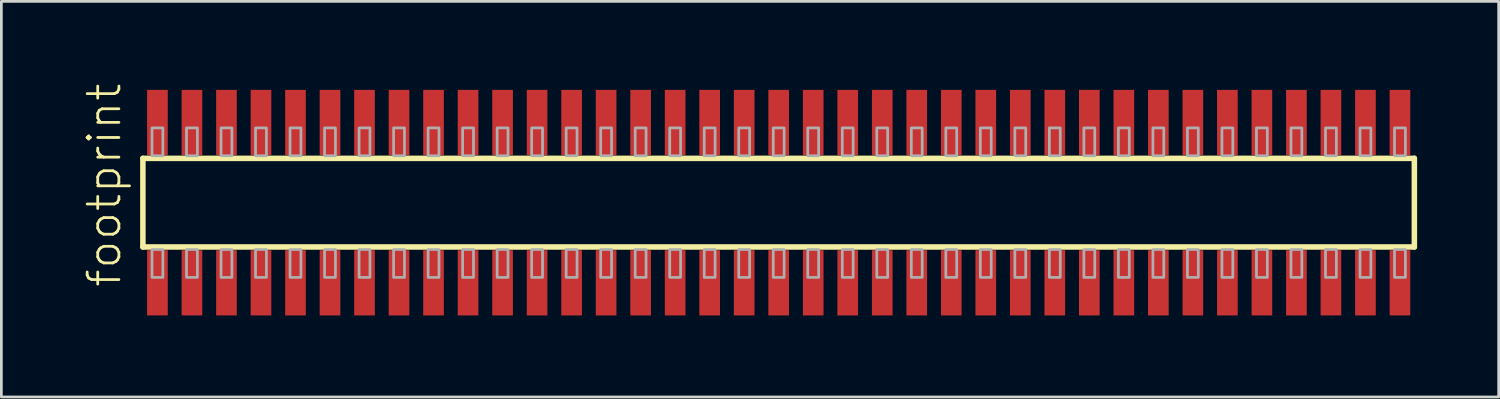
<source format=kicad_pcb>
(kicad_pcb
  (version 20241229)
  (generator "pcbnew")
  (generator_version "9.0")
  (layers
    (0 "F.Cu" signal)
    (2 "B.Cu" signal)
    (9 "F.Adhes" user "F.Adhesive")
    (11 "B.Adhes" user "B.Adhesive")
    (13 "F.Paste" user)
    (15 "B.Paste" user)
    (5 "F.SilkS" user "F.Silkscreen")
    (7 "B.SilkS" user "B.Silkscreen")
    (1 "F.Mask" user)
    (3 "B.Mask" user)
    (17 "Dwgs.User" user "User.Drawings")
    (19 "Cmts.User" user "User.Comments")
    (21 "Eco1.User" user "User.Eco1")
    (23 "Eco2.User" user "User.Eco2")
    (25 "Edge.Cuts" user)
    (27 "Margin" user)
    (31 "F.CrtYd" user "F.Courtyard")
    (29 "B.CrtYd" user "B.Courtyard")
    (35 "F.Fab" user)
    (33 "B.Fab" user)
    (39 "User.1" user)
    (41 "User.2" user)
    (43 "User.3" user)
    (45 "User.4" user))
  (footprint "footprint"
    (layer "F.Cu")
    (at 25.603 4.407)
    (property "Reference" "footprint" (at -24.13 3.175 90) (layer "F.SilkS") (effects (font (size 1.168 1.168) (thickness 0.102)) (justify left bottom)))
    (fp_line (start -23.395 -1.63) (end 23.39 -1.63) (stroke (width 0.203) (type solid)) (layer "F.SilkS"))
    (fp_line (start -23.395 1.63) (end -23.395 -1.63) (stroke (width 0.203) (type solid)) (layer "F.SilkS"))
    (fp_line (start 23.39 -1.63) (end 23.39 1.63) (stroke (width 0.203) (type solid)) (layer "F.SilkS"))
    (fp_line (start 23.39 1.63) (end -23.395 1.63) (stroke (width 0.203) (type solid)) (layer "F.SilkS"))
    (fp_poly (pts (xy -23.06 -1.725) (xy -22.66 -1.725) (xy -22.66 -2.75) (xy -23.06 -2.75)) (stroke (width 0.1) (type solid)) (fill no) (layer "F.Fab"))
    (fp_poly (pts (xy -22.66 1.725) (xy -23.06 1.725) (xy -23.06 2.75) (xy -22.66 2.75)) (stroke (width 0.1) (type solid)) (fill no) (layer "F.Fab"))
    (fp_poly (pts (xy -21.79 -1.725) (xy -21.39 -1.725) (xy -21.39 -2.75) (xy -21.79 -2.75)) (stroke (width 0.1) (type solid)) (fill no) (layer "F.Fab"))
    (fp_poly (pts (xy -21.39 1.725) (xy -21.79 1.725) (xy -21.79 2.75) (xy -21.39 2.75)) (stroke (width 0.1) (type solid)) (fill no) (layer "F.Fab"))
    (fp_poly (pts (xy -20.52 -1.725) (xy -20.12 -1.725) (xy -20.12 -2.75) (xy -20.52 -2.75)) (stroke (width 0.1) (type solid)) (fill no) (layer "F.Fab"))
    (fp_poly (pts (xy -20.12 1.725) (xy -20.52 1.725) (xy -20.52 2.75) (xy -20.12 2.75)) (stroke (width 0.1) (type solid)) (fill no) (layer "F.Fab"))
    (fp_poly (pts (xy -19.25 -1.725) (xy -18.85 -1.725) (xy -18.85 -2.75) (xy -19.25 -2.75)) (stroke (width 0.1) (type solid)) (fill no) (layer "F.Fab"))
    (fp_poly (pts (xy -18.85 1.725) (xy -19.25 1.725) (xy -19.25 2.75) (xy -18.85 2.75)) (stroke (width 0.1) (type solid)) (fill no) (layer "F.Fab"))
    (fp_poly (pts (xy -17.98 -1.725) (xy -17.58 -1.725) (xy -17.58 -2.75) (xy -17.98 -2.75)) (stroke (width 0.1) (type solid)) (fill no) (layer "F.Fab"))
    (fp_poly (pts (xy -17.58 1.725) (xy -17.98 1.725) (xy -17.98 2.75) (xy -17.58 2.75)) (stroke (width 0.1) (type solid)) (fill no) (layer "F.Fab"))
    (fp_poly (pts (xy -16.71 -1.725) (xy -16.31 -1.725) (xy -16.31 -2.75) (xy -16.71 -2.75)) (stroke (width 0.1) (type solid)) (fill no) (layer "F.Fab"))
    (fp_poly (pts (xy -16.31 1.725) (xy -16.71 1.725) (xy -16.71 2.75) (xy -16.31 2.75)) (stroke (width 0.1) (type solid)) (fill no) (layer "F.Fab"))
    (fp_poly (pts (xy -15.44 -1.725) (xy -15.04 -1.725) (xy -15.04 -2.75) (xy -15.44 -2.75)) (stroke (width 0.1) (type solid)) (fill no) (layer "F.Fab"))
    (fp_poly (pts (xy -15.04 1.725) (xy -15.44 1.725) (xy -15.44 2.75) (xy -15.04 2.75)) (stroke (width 0.1) (type solid)) (fill no) (layer "F.Fab"))
    (fp_poly (pts (xy -14.17 -1.725) (xy -13.77 -1.725) (xy -13.77 -2.75) (xy -14.17 -2.75)) (stroke (width 0.1) (type solid)) (fill no) (layer "F.Fab"))
    (fp_poly (pts (xy -13.77 1.725) (xy -14.17 1.725) (xy -14.17 2.75) (xy -13.77 2.75)) (stroke (width 0.1) (type solid)) (fill no) (layer "F.Fab"))
    (fp_poly (pts (xy -12.9 -1.725) (xy -12.5 -1.725) (xy -12.5 -2.75) (xy -12.9 -2.75)) (stroke (width 0.1) (type solid)) (fill no) (layer "F.Fab"))
    (fp_poly (pts (xy -12.5 1.725) (xy -12.9 1.725) (xy -12.9 2.75) (xy -12.5 2.75)) (stroke (width 0.1) (type solid)) (fill no) (layer "F.Fab"))
    (fp_poly (pts (xy -11.63 -1.725) (xy -11.23 -1.725) (xy -11.23 -2.75) (xy -11.63 -2.75)) (stroke (width 0.1) (type solid)) (fill no) (layer "F.Fab"))
    (fp_poly (pts (xy -11.23 1.725) (xy -11.63 1.725) (xy -11.63 2.75) (xy -11.23 2.75)) (stroke (width 0.1) (type solid)) (fill no) (layer "F.Fab"))
    (fp_poly (pts (xy -10.36 -1.725) (xy -9.96 -1.725) (xy -9.96 -2.75) (xy -10.36 -2.75)) (stroke (width 0.1) (type solid)) (fill no) (layer "F.Fab"))
    (fp_poly (pts (xy -9.96 1.725) (xy -10.36 1.725) (xy -10.36 2.75) (xy -9.96 2.75)) (stroke (width 0.1) (type solid)) (fill no) (layer "F.Fab"))
    (fp_poly (pts (xy -9.09 -1.725) (xy -8.69 -1.725) (xy -8.69 -2.75) (xy -9.09 -2.75)) (stroke (width 0.1) (type solid)) (fill no) (layer "F.Fab"))
    (fp_poly (pts (xy -8.69 1.725) (xy -9.09 1.725) (xy -9.09 2.75) (xy -8.69 2.75)) (stroke (width 0.1) (type solid)) (fill no) (layer "F.Fab"))
    (fp_poly (pts (xy -7.82 -1.725) (xy -7.42 -1.725) (xy -7.42 -2.75) (xy -7.82 -2.75)) (stroke (width 0.1) (type solid)) (fill no) (layer "F.Fab"))
    (fp_poly (pts (xy -7.42 1.725) (xy -7.82 1.725) (xy -7.82 2.75) (xy -7.42 2.75)) (stroke (width 0.1) (type solid)) (fill no) (layer "F.Fab"))
    (fp_poly (pts (xy -6.55 -1.725) (xy -6.15 -1.725) (xy -6.15 -2.75) (xy -6.55 -2.75)) (stroke (width 0.1) (type solid)) (fill no) (layer "F.Fab"))
    (fp_poly (pts (xy -6.15 1.725) (xy -6.55 1.725) (xy -6.55 2.75) (xy -6.15 2.75)) (stroke (width 0.1) (type solid)) (fill no) (layer "F.Fab"))
    (fp_poly (pts (xy -5.28 -1.725) (xy -4.88 -1.725) (xy -4.88 -2.75) (xy -5.28 -2.75)) (stroke (width 0.1) (type solid)) (fill no) (layer "F.Fab"))
    (fp_poly (pts (xy -4.88 1.725) (xy -5.28 1.725) (xy -5.28 2.75) (xy -4.88 2.75)) (stroke (width 0.1) (type solid)) (fill no) (layer "F.Fab"))
    (fp_poly (pts (xy -4.01 -1.725) (xy -3.61 -1.725) (xy -3.61 -2.75) (xy -4.01 -2.75)) (stroke (width 0.1) (type solid)) (fill no) (layer "F.Fab"))
    (fp_poly (pts (xy -3.61 1.725) (xy -4.01 1.725) (xy -4.01 2.75) (xy -3.61 2.75)) (stroke (width 0.1) (type solid)) (fill no) (layer "F.Fab"))
    (fp_poly (pts (xy -2.74 -1.725) (xy -2.34 -1.725) (xy -2.34 -2.75) (xy -2.74 -2.75)) (stroke (width 0.1) (type solid)) (fill no) (layer "F.Fab"))
    (fp_poly (pts (xy -2.34 1.725) (xy -2.74 1.725) (xy -2.74 2.75) (xy -2.34 2.75)) (stroke (width 0.1) (type solid)) (fill no) (layer "F.Fab"))
    (fp_poly (pts (xy -1.47 -1.725) (xy -1.07 -1.725) (xy -1.07 -2.75) (xy -1.47 -2.75)) (stroke (width 0.1) (type solid)) (fill no) (layer "F.Fab"))
    (fp_poly (pts (xy -1.07 1.725) (xy -1.47 1.725) (xy -1.47 2.75) (xy -1.07 2.75)) (stroke (width 0.1) (type solid)) (fill no) (layer "F.Fab"))
    (fp_poly (pts (xy -0.2 -1.725) (xy 0.2 -1.725) (xy 0.2 -2.75) (xy -0.2 -2.75)) (stroke (width 0.1) (type solid)) (fill no) (layer "F.Fab"))
    (fp_poly (pts (xy 0.2 1.725) (xy -0.2 1.725) (xy -0.2 2.75) (xy 0.2 2.75)) (stroke (width 0.1) (type solid)) (fill no) (layer "F.Fab"))
    (fp_poly (pts (xy 1.07 -1.725) (xy 1.47 -1.725) (xy 1.47 -2.75) (xy 1.07 -2.75)) (stroke (width 0.1) (type solid)) (fill no) (layer "F.Fab"))
    (fp_poly (pts (xy 1.47 1.725) (xy 1.07 1.725) (xy 1.07 2.75) (xy 1.47 2.75)) (stroke (width 0.1) (type solid)) (fill no) (layer "F.Fab"))
    (fp_poly (pts (xy 2.34 -1.725) (xy 2.74 -1.725) (xy 2.74 -2.75) (xy 2.34 -2.75)) (stroke (width 0.1) (type solid)) (fill no) (layer "F.Fab"))
    (fp_poly (pts (xy 2.74 1.725) (xy 2.34 1.725) (xy 2.34 2.75) (xy 2.74 2.75)) (stroke (width 0.1) (type solid)) (fill no) (layer "F.Fab"))
    (fp_poly (pts (xy 3.61 -1.725) (xy 4.01 -1.725) (xy 4.01 -2.75) (xy 3.61 -2.75)) (stroke (width 0.1) (type solid)) (fill no) (layer "F.Fab"))
    (fp_poly (pts (xy 4.01 1.725) (xy 3.61 1.725) (xy 3.61 2.75) (xy 4.01 2.75)) (stroke (width 0.1) (type solid)) (fill no) (layer "F.Fab"))
    (fp_poly (pts (xy 4.88 -1.725) (xy 5.28 -1.725) (xy 5.28 -2.75) (xy 4.88 -2.75)) (stroke (width 0.1) (type solid)) (fill no) (layer "F.Fab"))
    (fp_poly (pts (xy 5.28 1.725) (xy 4.88 1.725) (xy 4.88 2.75) (xy 5.28 2.75)) (stroke (width 0.1) (type solid)) (fill no) (layer "F.Fab"))
    (fp_poly (pts (xy 6.15 -1.725) (xy 6.55 -1.725) (xy 6.55 -2.75) (xy 6.15 -2.75)) (stroke (width 0.1) (type solid)) (fill no) (layer "F.Fab"))
    (fp_poly (pts (xy 6.55 1.725) (xy 6.15 1.725) (xy 6.15 2.75) (xy 6.55 2.75)) (stroke (width 0.1) (type solid)) (fill no) (layer "F.Fab"))
    (fp_poly (pts (xy 7.42 -1.725) (xy 7.82 -1.725) (xy 7.82 -2.75) (xy 7.42 -2.75)) (stroke (width 0.1) (type solid)) (fill no) (layer "F.Fab"))
    (fp_poly (pts (xy 7.82 1.725) (xy 7.42 1.725) (xy 7.42 2.75) (xy 7.82 2.75)) (stroke (width 0.1) (type solid)) (fill no) (layer "F.Fab"))
    (fp_poly (pts (xy 8.69 -1.725) (xy 9.09 -1.725) (xy 9.09 -2.75) (xy 8.69 -2.75)) (stroke (width 0.1) (type solid)) (fill no) (layer "F.Fab"))
    (fp_poly (pts (xy 9.09 1.725) (xy 8.69 1.725) (xy 8.69 2.75) (xy 9.09 2.75)) (stroke (width 0.1) (type solid)) (fill no) (layer "F.Fab"))
    (fp_poly (pts (xy 9.96 -1.725) (xy 10.36 -1.725) (xy 10.36 -2.75) (xy 9.96 -2.75)) (stroke (width 0.1) (type solid)) (fill no) (layer "F.Fab"))
    (fp_poly (pts (xy 10.36 1.725) (xy 9.96 1.725) (xy 9.96 2.75) (xy 10.36 2.75)) (stroke (width 0.1) (type solid)) (fill no) (layer "F.Fab"))
    (fp_poly (pts (xy 11.23 -1.725) (xy 11.63 -1.725) (xy 11.63 -2.75) (xy 11.23 -2.75)) (stroke (width 0.1) (type solid)) (fill no) (layer "F.Fab"))
    (fp_poly (pts (xy 11.63 1.725) (xy 11.23 1.725) (xy 11.23 2.75) (xy 11.63 2.75)) (stroke (width 0.1) (type solid)) (fill no) (layer "F.Fab"))
    (fp_poly (pts (xy 12.5 -1.725) (xy 12.9 -1.725) (xy 12.9 -2.75) (xy 12.5 -2.75)) (stroke (width 0.1) (type solid)) (fill no) (layer "F.Fab"))
    (fp_poly (pts (xy 12.9 1.725) (xy 12.5 1.725) (xy 12.5 2.75) (xy 12.9 2.75)) (stroke (width 0.1) (type solid)) (fill no) (layer "F.Fab"))
    (fp_poly (pts (xy 13.77 -1.725) (xy 14.17 -1.725) (xy 14.17 -2.75) (xy 13.77 -2.75)) (stroke (width 0.1) (type solid)) (fill no) (layer "F.Fab"))
    (fp_poly (pts (xy 14.17 1.725) (xy 13.77 1.725) (xy 13.77 2.75) (xy 14.17 2.75)) (stroke (width 0.1) (type solid)) (fill no) (layer "F.Fab"))
    (fp_poly (pts (xy 15.04 -1.725) (xy 15.44 -1.725) (xy 15.44 -2.75) (xy 15.04 -2.75)) (stroke (width 0.1) (type solid)) (fill no) (layer "F.Fab"))
    (fp_poly (pts (xy 15.44 1.725) (xy 15.04 1.725) (xy 15.04 2.75) (xy 15.44 2.75)) (stroke (width 0.1) (type solid)) (fill no) (layer "F.Fab"))
    (fp_poly (pts (xy 16.31 -1.725) (xy 16.71 -1.725) (xy 16.71 -2.75) (xy 16.31 -2.75)) (stroke (width 0.1) (type solid)) (fill no) (layer "F.Fab"))
    (fp_poly (pts (xy 16.71 1.725) (xy 16.31 1.725) (xy 16.31 2.75) (xy 16.71 2.75)) (stroke (width 0.1) (type solid)) (fill no) (layer "F.Fab"))
    (fp_poly (pts (xy 17.58 -1.725) (xy 17.98 -1.725) (xy 17.98 -2.75) (xy 17.58 -2.75)) (stroke (width 0.1) (type solid)) (fill no) (layer "F.Fab"))
    (fp_poly (pts (xy 17.98 1.725) (xy 17.58 1.725) (xy 17.58 2.75) (xy 17.98 2.75)) (stroke (width 0.1) (type solid)) (fill no) (layer "F.Fab"))
    (fp_poly (pts (xy 18.85 -1.725) (xy 19.25 -1.725) (xy 19.25 -2.75) (xy 18.85 -2.75)) (stroke (width 0.1) (type solid)) (fill no) (layer "F.Fab"))
    (fp_poly (pts (xy 19.25 1.725) (xy 18.85 1.725) (xy 18.85 2.75) (xy 19.25 2.75)) (stroke (width 0.1) (type solid)) (fill no) (layer "F.Fab"))
    (fp_poly (pts (xy 20.12 -1.725) (xy 20.52 -1.725) (xy 20.52 -2.75) (xy 20.12 -2.75)) (stroke (width 0.1) (type solid)) (fill no) (layer "F.Fab"))
    (fp_poly (pts (xy 20.52 1.725) (xy 20.12 1.725) (xy 20.12 2.75) (xy 20.52 2.75)) (stroke (width 0.1) (type solid)) (fill no) (layer "F.Fab"))
    (fp_poly (pts (xy 21.39 -1.725) (xy 21.79 -1.725) (xy 21.79 -2.75) (xy 21.39 -2.75)) (stroke (width 0.1) (type solid)) (fill no) (layer "F.Fab"))
    (fp_poly (pts (xy 21.79 1.725) (xy 21.39 1.725) (xy 21.39 2.75) (xy 21.79 2.75)) (stroke (width 0.1) (type solid)) (fill no) (layer "F.Fab"))
    (fp_poly (pts (xy 22.66 -1.725) (xy 23.06 -1.725) (xy 23.06 -2.75) (xy 22.66 -2.75)) (stroke (width 0.1) (type solid)) (fill no) (layer "F.Fab"))
    (fp_poly (pts (xy 23.06 1.725) (xy 22.66 1.725) (xy 22.66 2.75) (xy 23.06 2.75)) (stroke (width 0.1) (type solid)) (fill no) (layer "F.Fab"))
    (pad "1" smd rect (at -22.86 2.95) (size 0.76 2.4) (layers "F.Cu" "F.Mask" "F.Paste"))
    (pad "2" smd rect (at -22.86 -2.95) (size 0.76 2.4) (layers "F.Cu" "F.Mask" "F.Paste"))
    (pad "3" smd rect (at -21.59 2.95) (size 0.76 2.4) (layers "F.Cu" "F.Mask" "F.Paste"))
    (pad "4" smd rect (at -21.59 -2.95) (size 0.76 2.4) (layers "F.Cu" "F.Mask" "F.Paste"))
    (pad "5" smd rect (at -20.32 2.95) (size 0.76 2.4) (layers "F.Cu" "F.Mask" "F.Paste"))
    (pad "6" smd rect (at -20.32 -2.95) (size 0.76 2.4) (layers "F.Cu" "F.Mask" "F.Paste"))
    (pad "7" smd rect (at -19.05 2.95) (size 0.76 2.4) (layers "F.Cu" "F.Mask" "F.Paste"))
    (pad "8" smd rect (at -19.05 -2.95) (size 0.76 2.4) (layers "F.Cu" "F.Mask" "F.Paste"))
    (pad "9" smd rect (at -17.78 2.95) (size 0.76 2.4) (layers "F.Cu" "F.Mask" "F.Paste"))
    (pad "10" smd rect (at -17.78 -2.95) (size 0.76 2.4) (layers "F.Cu" "F.Mask" "F.Paste"))
    (pad "11" smd rect (at -16.51 2.95) (size 0.76 2.4) (layers "F.Cu" "F.Mask" "F.Paste"))
    (pad "12" smd rect (at -16.51 -2.95) (size 0.76 2.4) (layers "F.Cu" "F.Mask" "F.Paste"))
    (pad "13" smd rect (at -15.24 2.95) (size 0.76 2.4) (layers "F.Cu" "F.Mask" "F.Paste"))
    (pad "14" smd rect (at -15.24 -2.95) (size 0.76 2.4) (layers "F.Cu" "F.Mask" "F.Paste"))
    (pad "15" smd rect (at -13.97 2.95) (size 0.76 2.4) (layers "F.Cu" "F.Mask" "F.Paste"))
    (pad "16" smd rect (at -13.97 -2.95) (size 0.76 2.4) (layers "F.Cu" "F.Mask" "F.Paste"))
    (pad "17" smd rect (at -12.7 2.95) (size 0.76 2.4) (layers "F.Cu" "F.Mask" "F.Paste"))
    (pad "18" smd rect (at -12.7 -2.95) (size 0.76 2.4) (layers "F.Cu" "F.Mask" "F.Paste"))
    (pad "19" smd rect (at -11.43 2.95) (size 0.76 2.4) (layers "F.Cu" "F.Mask" "F.Paste"))
    (pad "20" smd rect (at -11.43 -2.95) (size 0.76 2.4) (layers "F.Cu" "F.Mask" "F.Paste"))
    (pad "21" smd rect (at -10.16 2.95) (size 0.76 2.4) (layers "F.Cu" "F.Mask" "F.Paste"))
    (pad "22" smd rect (at -10.16 -2.95) (size 0.76 2.4) (layers "F.Cu" "F.Mask" "F.Paste"))
    (pad "23" smd rect (at -8.89 2.95) (size 0.76 2.4) (layers "F.Cu" "F.Mask" "F.Paste"))
    (pad "24" smd rect (at -8.89 -2.95) (size 0.76 2.4) (layers "F.Cu" "F.Mask" "F.Paste"))
    (pad "25" smd rect (at -7.62 2.95) (size 0.76 2.4) (layers "F.Cu" "F.Mask" "F.Paste"))
    (pad "26" smd rect (at -7.62 -2.95) (size 0.76 2.4) (layers "F.Cu" "F.Mask" "F.Paste"))
    (pad "27" smd rect (at -6.35 2.95) (size 0.76 2.4) (layers "F.Cu" "F.Mask" "F.Paste"))
    (pad "28" smd rect (at -6.35 -2.95) (size 0.76 2.4) (layers "F.Cu" "F.Mask" "F.Paste"))
    (pad "29" smd rect (at -5.08 2.95) (size 0.76 2.4) (layers "F.Cu" "F.Mask" "F.Paste"))
    (pad "30" smd rect (at -5.08 -2.95) (size 0.76 2.4) (layers "F.Cu" "F.Mask" "F.Paste"))
    (pad "31" smd rect (at -3.81 2.95) (size 0.76 2.4) (layers "F.Cu" "F.Mask" "F.Paste"))
    (pad "32" smd rect (at -3.81 -2.95) (size 0.76 2.4) (layers "F.Cu" "F.Mask" "F.Paste"))
    (pad "33" smd rect (at -2.54 2.95) (size 0.76 2.4) (layers "F.Cu" "F.Mask" "F.Paste"))
    (pad "34" smd rect (at -2.54 -2.95) (size 0.76 2.4) (layers "F.Cu" "F.Mask" "F.Paste"))
    (pad "35" smd rect (at -1.27 2.95) (size 0.76 2.4) (layers "F.Cu" "F.Mask" "F.Paste"))
    (pad "36" smd rect (at -1.27 -2.95) (size 0.76 2.4) (layers "F.Cu" "F.Mask" "F.Paste"))
    (pad "37" smd rect (at 0 2.95) (size 0.76 2.4) (layers "F.Cu" "F.Mask" "F.Paste"))
    (pad "38" smd rect (at 0 -2.95) (size 0.76 2.4) (layers "F.Cu" "F.Mask" "F.Paste"))
    (pad "39" smd rect (at 1.27 2.95) (size 0.76 2.4) (layers "F.Cu" "F.Mask" "F.Paste"))
    (pad "40" smd rect (at 1.27 -2.95) (size 0.76 2.4) (layers "F.Cu" "F.Mask" "F.Paste"))
    (pad "41" smd rect (at 2.54 2.95) (size 0.76 2.4) (layers "F.Cu" "F.Mask" "F.Paste"))
    (pad "42" smd rect (at 2.54 -2.95) (size 0.76 2.4) (layers "F.Cu" "F.Mask" "F.Paste"))
    (pad "43" smd rect (at 3.81 2.95) (size 0.76 2.4) (layers "F.Cu" "F.Mask" "F.Paste"))
    (pad "44" smd rect (at 3.81 -2.95) (size 0.76 2.4) (layers "F.Cu" "F.Mask" "F.Paste"))
    (pad "45" smd rect (at 5.08 2.95) (size 0.76 2.4) (layers "F.Cu" "F.Mask" "F.Paste"))
    (pad "46" smd rect (at 5.08 -2.95) (size 0.76 2.4) (layers "F.Cu" "F.Mask" "F.Paste"))
    (pad "47" smd rect (at 6.35 2.95) (size 0.76 2.4) (layers "F.Cu" "F.Mask" "F.Paste"))
    (pad "48" smd rect (at 6.35 -2.95) (size 0.76 2.4) (layers "F.Cu" "F.Mask" "F.Paste"))
    (pad "49" smd rect (at 7.62 2.95) (size 0.76 2.4) (layers "F.Cu" "F.Mask" "F.Paste"))
    (pad "50" smd rect (at 7.62 -2.95) (size 0.76 2.4) (layers "F.Cu" "F.Mask" "F.Paste"))
    (pad "51" smd rect (at 8.89 2.95) (size 0.76 2.4) (layers "F.Cu" "F.Mask" "F.Paste"))
    (pad "52" smd rect (at 8.89 -2.95) (size 0.76 2.4) (layers "F.Cu" "F.Mask" "F.Paste"))
    (pad "53" smd rect (at 10.16 2.95) (size 0.76 2.4) (layers "F.Cu" "F.Mask" "F.Paste"))
    (pad "54" smd rect (at 10.16 -2.95) (size 0.76 2.4) (layers "F.Cu" "F.Mask" "F.Paste"))
    (pad "55" smd rect (at 11.43 2.95) (size 0.76 2.4) (layers "F.Cu" "F.Mask" "F.Paste"))
    (pad "56" smd rect (at 11.43 -2.95) (size 0.76 2.4) (layers "F.Cu" "F.Mask" "F.Paste"))
    (pad "57" smd rect (at 12.7 2.95) (size 0.76 2.4) (layers "F.Cu" "F.Mask" "F.Paste"))
    (pad "58" smd rect (at 12.7 -2.95) (size 0.76 2.4) (layers "F.Cu" "F.Mask" "F.Paste"))
    (pad "59" smd rect (at 13.97 2.95) (size 0.76 2.4) (layers "F.Cu" "F.Mask" "F.Paste"))
    (pad "60" smd rect (at 13.97 -2.95) (size 0.76 2.4) (layers "F.Cu" "F.Mask" "F.Paste"))
    (pad "61" smd rect (at 15.24 2.95) (size 0.76 2.4) (layers "F.Cu" "F.Mask" "F.Paste"))
    (pad "62" smd rect (at 15.24 -2.95) (size 0.76 2.4) (layers "F.Cu" "F.Mask" "F.Paste"))
    (pad "63" smd rect (at 16.51 2.95) (size 0.76 2.4) (layers "F.Cu" "F.Mask" "F.Paste"))
    (pad "64" smd rect (at 16.51 -2.95) (size 0.76 2.4) (layers "F.Cu" "F.Mask" "F.Paste"))
    (pad "65" smd rect (at 17.78 2.95) (size 0.76 2.4) (layers "F.Cu" "F.Mask" "F.Paste"))
    (pad "66" smd rect (at 17.78 -2.95) (size 0.76 2.4) (layers "F.Cu" "F.Mask" "F.Paste"))
    (pad "67" smd rect (at 19.05 2.95) (size 0.76 2.4) (layers "F.Cu" "F.Mask" "F.Paste"))
    (pad "68" smd rect (at 19.05 -2.95) (size 0.76 2.4) (layers "F.Cu" "F.Mask" "F.Paste"))
    (pad "69" smd rect (at 20.32 2.95) (size 0.76 2.4) (layers "F.Cu" "F.Mask" "F.Paste"))
    (pad "70" smd rect (at 20.32 -2.95) (size 0.76 2.4) (layers "F.Cu" "F.Mask" "F.Paste"))
    (pad "71" smd rect (at 21.59 2.95) (size 0.76 2.4) (layers "F.Cu" "F.Mask" "F.Paste"))
    (pad "72" smd rect (at 21.59 -2.95) (size 0.76 2.4) (layers "F.Cu" "F.Mask" "F.Paste"))
    (pad "73" smd rect (at 22.86 2.95) (size 0.76 2.4) (layers "F.Cu" "F.Mask" "F.Paste"))
    (pad "74" smd rect (at 22.86 -2.95) (size 0.76 2.4) (layers "F.Cu" "F.Mask" "F.Paste")))
  (gr_rect
    (start -3 -3)
    (end 52.095 11.557)
    (stroke (width 0.1) (type default))
    (fill no)
    (layer "Edge.Cuts")))
</source>
